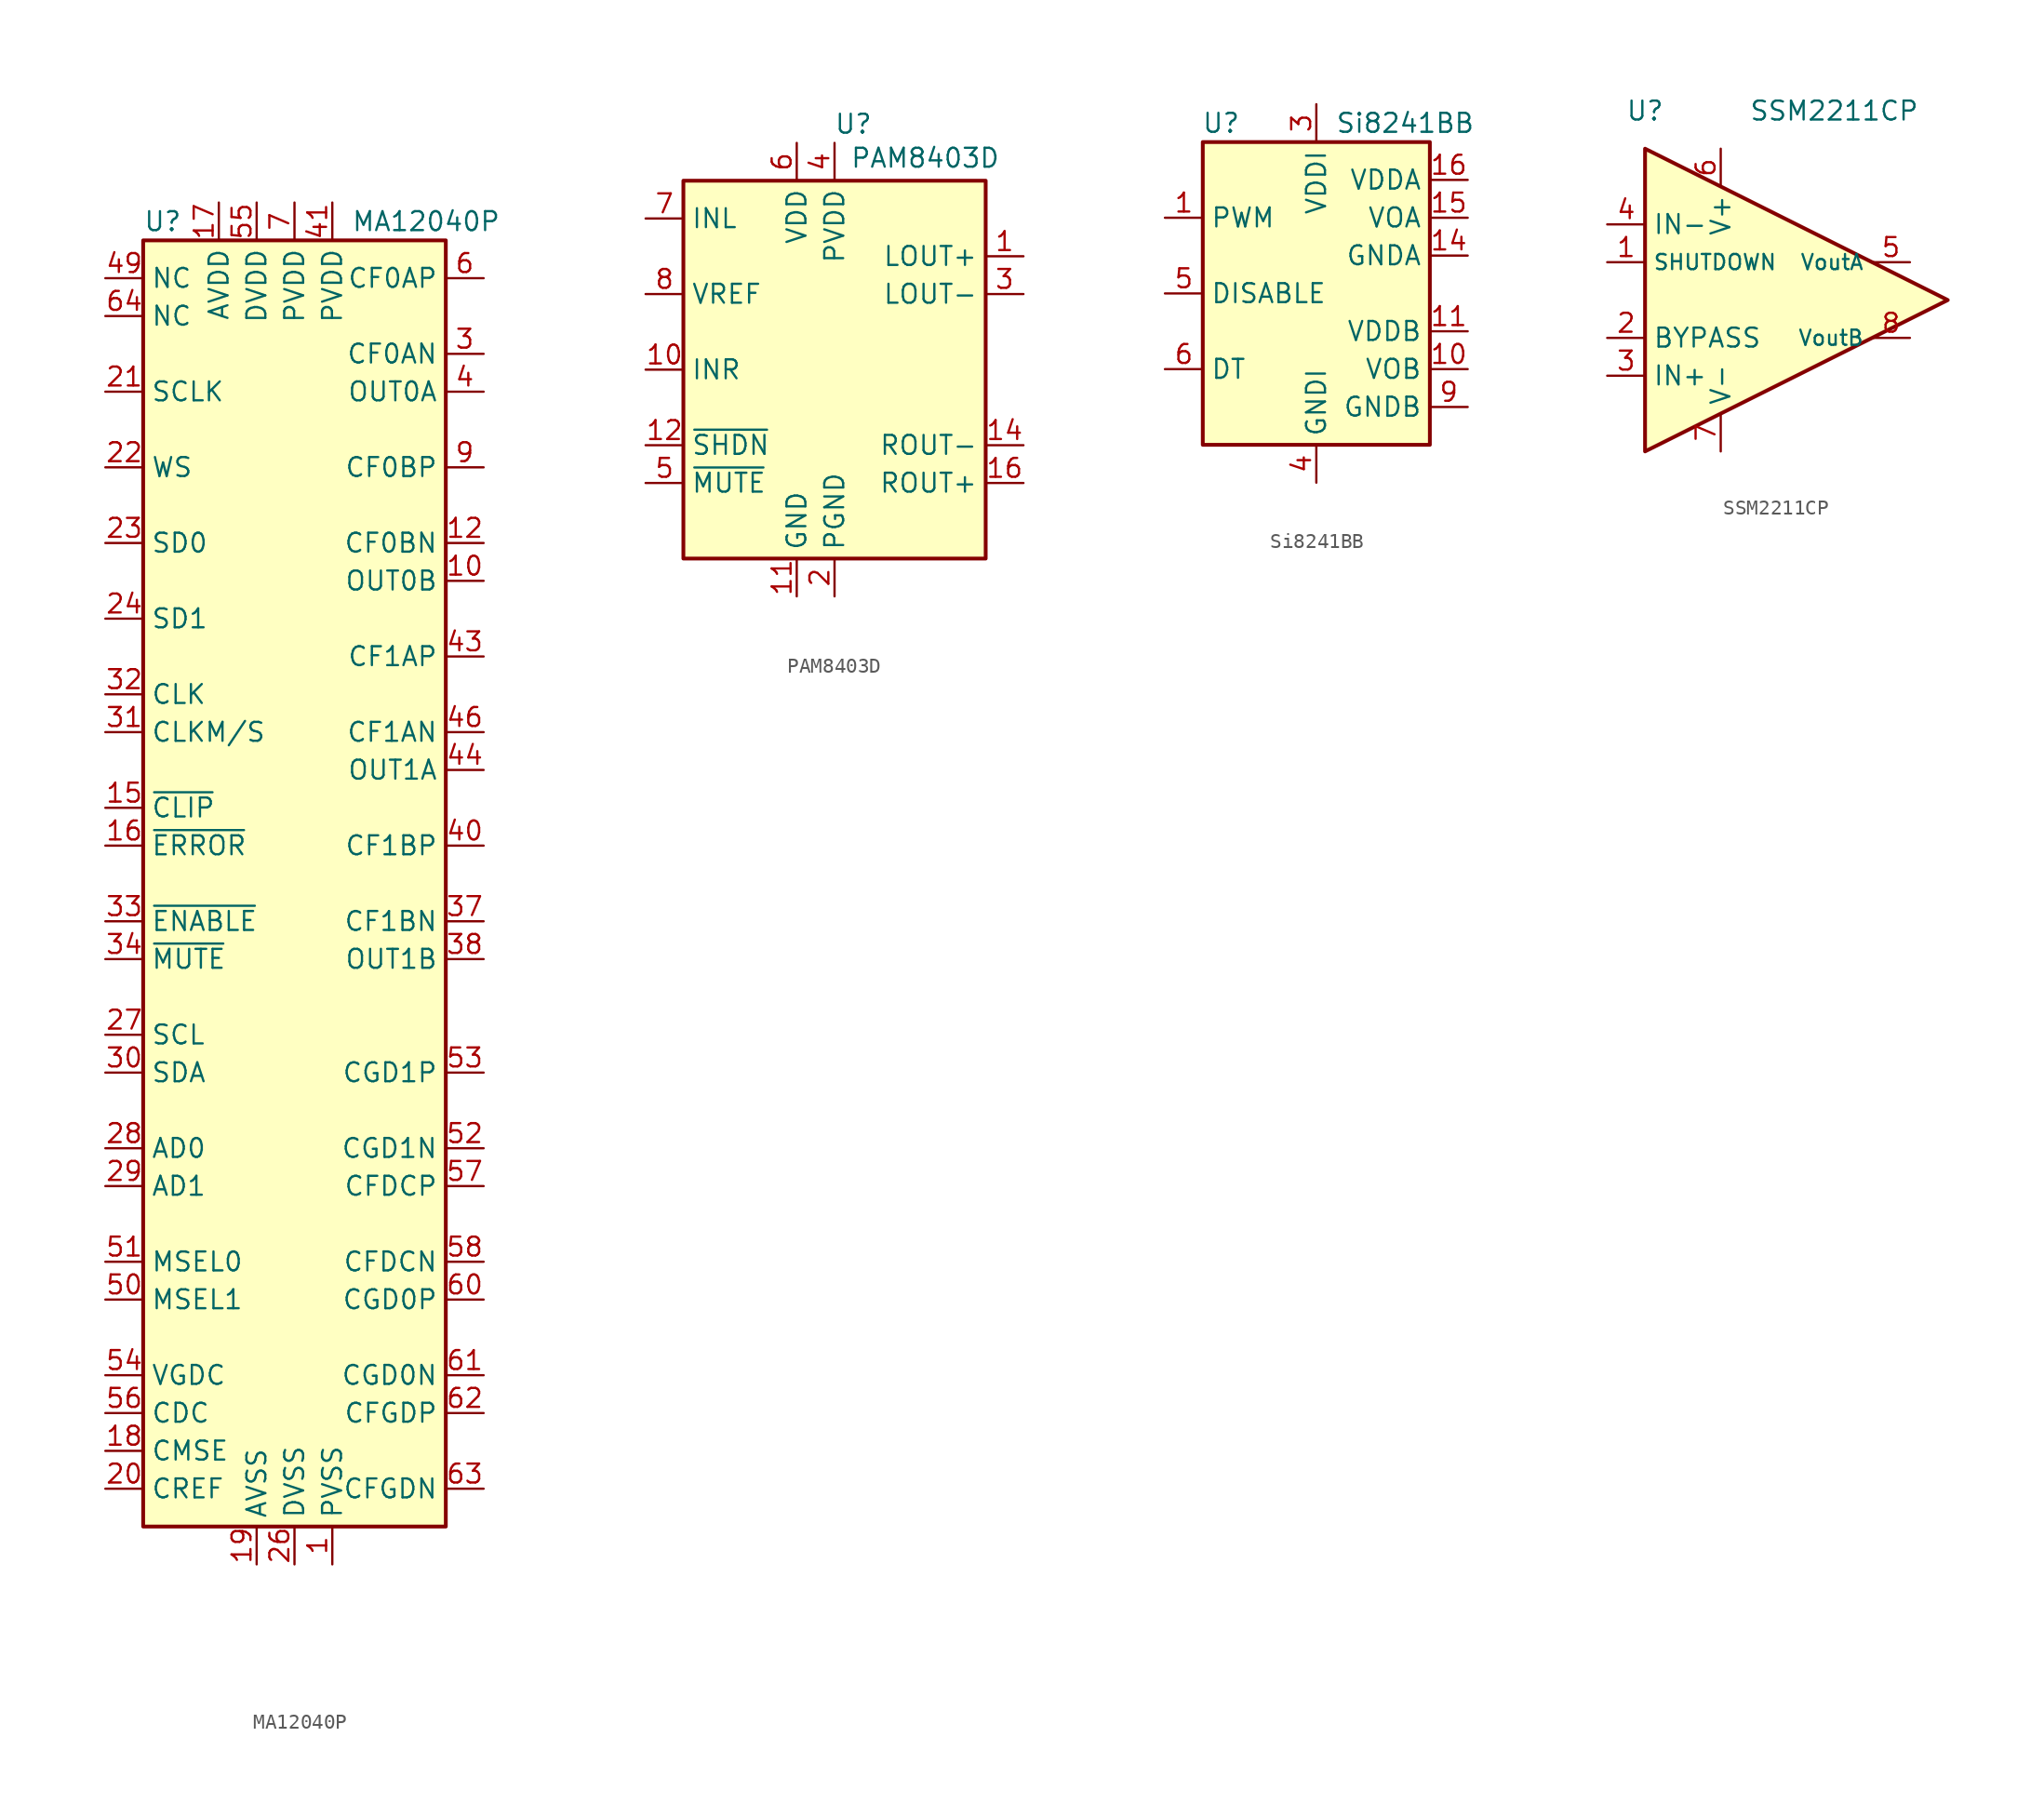
<source format=kicad_sym>
(kicad_symbol_lib
  (version 20201005)
  (generator kicad_symbol_editor)
  (symbol "MA12040P"
    (property "Reference" "U"
      (at -10.16 44.45 0)
      (effects (font (size 1.27 1.27)) (justify left)))
    (property "Value" "MA12040P"
      (at 3.81 44.45 0)
      (effects (font (size 1.27 1.27)) (justify left)))
    (symbol "MA12040P_0_1"
      (rectangle (start -10.16 -43.18) (end 10.16 43.18) (stroke (width 0.254)) (fill (type background))))
    (symbol "MA12040P_1_1"
      (pin power_in line (at 2.54 -45.72 90) (length 2.54) (name "PVSS" (effects (font (size 1.27 1.27)))) (number "1" (effects (font (size 1.27 1.27)))))
      (pin output line (at 12.7 20.32 180) (length 2.54) (name "OUT0B" (effects (font (size 1.27 1.27)))) (number "10" (effects (font (size 1.27 1.27)))))
      (pin passive line (at 12.7 20.32 180) (length 2.54) hide (name "OUT0B" (effects (font (size 1.27 1.27)))) (number "11" (effects (font (size 1.27 1.27)))))
      (pin passive line (at 12.7 22.86 180) (length 2.54) (name "CF0BN" (effects (font (size 1.27 1.27)))) (number "12" (effects (font (size 1.27 1.27)))))
      (pin passive line (at 2.54 -45.72 90) (length 2.54) hide (name "PVSS" (effects (font (size 1.27 1.27)))) (number "13" (effects (font (size 1.27 1.27)))))
      (pin passive line (at 2.54 -45.72 90) (length 2.54) hide (name "PVSS" (effects (font (size 1.27 1.27)))) (number "14" (effects (font (size 1.27 1.27)))))
      (pin output line (at -12.7 5.08 0) (length 2.54) (name "~CLIP" (effects (font (size 1.27 1.27)))) (number "15" (effects (font (size 1.27 1.27)))))
      (pin output line (at -12.7 2.54 0) (length 2.54) (name "~ERROR" (effects (font (size 1.27 1.27)))) (number "16" (effects (font (size 1.27 1.27)))))
      (pin power_in line (at -5.08 45.72 270) (length 2.54) (name "AVDD" (effects (font (size 1.27 1.27)))) (number "17" (effects (font (size 1.27 1.27)))))
      (pin passive line (at -12.7 -38.1 0) (length 2.54) (name "CMSE" (effects (font (size 1.27 1.27)))) (number "18" (effects (font (size 1.27 1.27)))))
      (pin power_in line (at -2.54 -45.72 90) (length 2.54) (name "AVSS" (effects (font (size 1.27 1.27)))) (number "19" (effects (font (size 1.27 1.27)))))
      (pin passive line (at 2.54 -45.72 90) (length 2.54) hide (name "PVSS" (effects (font (size 1.27 1.27)))) (number "2" (effects (font (size 1.27 1.27)))))
      (pin passive line (at -12.7 -40.64 0) (length 2.54) (name "CREF" (effects (font (size 1.27 1.27)))) (number "20" (effects (font (size 1.27 1.27)))))
      (pin input line (at -12.7 33.02 0) (length 2.54) (name "SCLK" (effects (font (size 1.27 1.27)))) (number "21" (effects (font (size 1.27 1.27)))))
      (pin input line (at -12.7 27.94 0) (length 2.54) (name "WS" (effects (font (size 1.27 1.27)))) (number "22" (effects (font (size 1.27 1.27)))))
      (pin input line (at -12.7 22.86 0) (length 2.54) (name "SD0" (effects (font (size 1.27 1.27)))) (number "23" (effects (font (size 1.27 1.27)))))
      (pin input line (at -12.7 17.78 0) (length 2.54) (name "SD1" (effects (font (size 1.27 1.27)))) (number "24" (effects (font (size 1.27 1.27)))))
      (pin passive line (at -2.54 -45.72 90) (length 2.54) hide (name "AVSS" (effects (font (size 1.27 1.27)))) (number "25" (effects (font (size 1.27 1.27)))))
      (pin power_in line (at 0 -45.72 90) (length 2.54) (name "DVSS" (effects (font (size 1.27 1.27)))) (number "26" (effects (font (size 1.27 1.27)))))
      (pin input line (at -12.7 -10.16 0) (length 2.54) (name "SCL" (effects (font (size 1.27 1.27)))) (number "27" (effects (font (size 1.27 1.27)))))
      (pin input line (at -12.7 -17.78 0) (length 2.54) (name "AD0" (effects (font (size 1.27 1.27)))) (number "28" (effects (font (size 1.27 1.27)))))
      (pin input line (at -12.7 -20.32 0) (length 2.54) (name "AD1" (effects (font (size 1.27 1.27)))) (number "29" (effects (font (size 1.27 1.27)))))
      (pin passive line (at 12.7 35.56 180) (length 2.54) (name "CF0AN" (effects (font (size 1.27 1.27)))) (number "3" (effects (font (size 1.27 1.27)))))
      (pin bidirectional line (at -12.7 -12.7 0) (length 2.54) (name "SDA" (effects (font (size 1.27 1.27)))) (number "30" (effects (font (size 1.27 1.27)))))
      (pin input line (at -12.7 10.16 0) (length 2.54) (name "CLKM/S" (effects (font (size 1.27 1.27)))) (number "31" (effects (font (size 1.27 1.27)))))
      (pin input line (at -12.7 12.7 0) (length 2.54) (name "CLK" (effects (font (size 1.27 1.27)))) (number "32" (effects (font (size 1.27 1.27)))))
      (pin input line (at -12.7 -2.54 0) (length 2.54) (name "~ENABLE" (effects (font (size 1.27 1.27)))) (number "33" (effects (font (size 1.27 1.27)))))
      (pin input line (at -12.7 -5.08 0) (length 2.54) (name "~MUTE" (effects (font (size 1.27 1.27)))) (number "34" (effects (font (size 1.27 1.27)))))
      (pin passive line (at 2.54 -45.72 90) (length 2.54) hide (name "PVSS" (effects (font (size 1.27 1.27)))) (number "35" (effects (font (size 1.27 1.27)))))
      (pin passive line (at 2.54 -45.72 90) (length 2.54) hide (name "PVSS" (effects (font (size 1.27 1.27)))) (number "36" (effects (font (size 1.27 1.27)))))
      (pin passive line (at 12.7 -2.54 180) (length 2.54) (name "CF1BN" (effects (font (size 1.27 1.27)))) (number "37" (effects (font (size 1.27 1.27)))))
      (pin output line (at 12.7 -5.08 180) (length 2.54) (name "OUT1B" (effects (font (size 1.27 1.27)))) (number "38" (effects (font (size 1.27 1.27)))))
      (pin passive line (at 12.7 -5.08 180) (length 2.54) hide (name "OUT1B" (effects (font (size 1.27 1.27)))) (number "39" (effects (font (size 1.27 1.27)))))
      (pin output line (at 12.7 33.02 180) (length 2.54) (name "OUT0A" (effects (font (size 1.27 1.27)))) (number "4" (effects (font (size 1.27 1.27)))))
      (pin passive line (at 12.7 2.54 180) (length 2.54) (name "CF1BP" (effects (font (size 1.27 1.27)))) (number "40" (effects (font (size 1.27 1.27)))))
      (pin power_in line (at 2.54 45.72 270) (length 2.54) (name "PVDD" (effects (font (size 1.27 1.27)))) (number "41" (effects (font (size 1.27 1.27)))))
      (pin passive line (at 2.54 45.72 270) (length 2.54) hide (name "PVDD" (effects (font (size 1.27 1.27)))) (number "42" (effects (font (size 1.27 1.27)))))
      (pin passive line (at 12.7 15.24 180) (length 2.54) (name "CF1AP" (effects (font (size 1.27 1.27)))) (number "43" (effects (font (size 1.27 1.27)))))
      (pin output line (at 12.7 7.62 180) (length 2.54) (name "OUT1A" (effects (font (size 1.27 1.27)))) (number "44" (effects (font (size 1.27 1.27)))))
      (pin passive line (at 12.7 7.62 180) (length 2.54) hide (name "OUT1A" (effects (font (size 1.27 1.27)))) (number "45" (effects (font (size 1.27 1.27)))))
      (pin passive line (at 12.7 10.16 180) (length 2.54) (name "CF1AN" (effects (font (size 1.27 1.27)))) (number "46" (effects (font (size 1.27 1.27)))))
      (pin passive line (at 2.54 -45.72 90) (length 2.54) hide (name "PVSS" (effects (font (size 1.27 1.27)))) (number "47" (effects (font (size 1.27 1.27)))))
      (pin passive line (at 2.54 -45.72 90) (length 2.54) hide (name "PVSS" (effects (font (size 1.27 1.27)))) (number "48" (effects (font (size 1.27 1.27)))))
      (pin passive line (at -12.7 40.64 0) (length 2.54) (name "NC" (effects (font (size 1.27 1.27)))) (number "49" (effects (font (size 1.27 1.27)))))
      (pin passive line (at 12.7 33.02 180) (length 2.54) hide (name "OUT0A" (effects (font (size 1.27 1.27)))) (number "5" (effects (font (size 1.27 1.27)))))
      (pin input line (at -12.7 -27.94 0) (length 2.54) (name "MSEL1" (effects (font (size 1.27 1.27)))) (number "50" (effects (font (size 1.27 1.27)))))
      (pin input line (at -12.7 -25.4 0) (length 2.54) (name "MSEL0" (effects (font (size 1.27 1.27)))) (number "51" (effects (font (size 1.27 1.27)))))
      (pin passive line (at 12.7 -17.78 180) (length 2.54) (name "CGD1N" (effects (font (size 1.27 1.27)))) (number "52" (effects (font (size 1.27 1.27)))))
      (pin passive line (at 12.7 -12.7 180) (length 2.54) (name "CGD1P" (effects (font (size 1.27 1.27)))) (number "53" (effects (font (size 1.27 1.27)))))
      (pin passive line (at -12.7 -33.02 0) (length 2.54) (name "VGDC" (effects (font (size 1.27 1.27)))) (number "54" (effects (font (size 1.27 1.27)))))
      (pin power_in line (at -2.54 45.72 270) (length 2.54) (name "DVDD" (effects (font (size 1.27 1.27)))) (number "55" (effects (font (size 1.27 1.27)))))
      (pin passive line (at -12.7 -35.56 0) (length 2.54) (name "CDC" (effects (font (size 1.27 1.27)))) (number "56" (effects (font (size 1.27 1.27)))))
      (pin passive line (at 12.7 -20.32 180) (length 2.54) (name "CFDCP" (effects (font (size 1.27 1.27)))) (number "57" (effects (font (size 1.27 1.27)))))
      (pin passive line (at 12.7 -25.4 180) (length 2.54) (name "CFDCN" (effects (font (size 1.27 1.27)))) (number "58" (effects (font (size 1.27 1.27)))))
      (pin passive line (at 0 -45.72 90) (length 2.54) hide (name "DVSS" (effects (font (size 1.27 1.27)))) (number "59" (effects (font (size 1.27 1.27)))))
      (pin passive line (at 12.7 40.64 180) (length 2.54) (name "CF0AP" (effects (font (size 1.27 1.27)))) (number "6" (effects (font (size 1.27 1.27)))))
      (pin passive line (at 12.7 -27.94 180) (length 2.54) (name "CGD0P" (effects (font (size 1.27 1.27)))) (number "60" (effects (font (size 1.27 1.27)))))
      (pin passive line (at 12.7 -33.02 180) (length 2.54) (name "CGD0N" (effects (font (size 1.27 1.27)))) (number "61" (effects (font (size 1.27 1.27)))))
      (pin passive line (at 12.7 -35.56 180) (length 2.54) (name "CFGDP" (effects (font (size 1.27 1.27)))) (number "62" (effects (font (size 1.27 1.27)))))
      (pin passive line (at 12.7 -40.64 180) (length 2.54) (name "CFGDN" (effects (font (size 1.27 1.27)))) (number "63" (effects (font (size 1.27 1.27)))))
      (pin passive line (at -12.7 38.1 0) (length 2.54) (name "NC" (effects (font (size 1.27 1.27)))) (number "64" (effects (font (size 1.27 1.27)))))
      (pin power_in line (at 0 45.72 270) (length 2.54) (name "PVDD" (effects (font (size 1.27 1.27)))) (number "7" (effects (font (size 1.27 1.27)))))
      (pin passive line (at 0 45.72 270) (length 2.54) hide (name "PVDD" (effects (font (size 1.27 1.27)))) (number "8" (effects (font (size 1.27 1.27)))))
      (pin passive line (at 12.7 27.94 180) (length 2.54) (name "CF0BP" (effects (font (size 1.27 1.27)))) (number "9" (effects (font (size 1.27 1.27)))))))
  (symbol "PAM8403D"
    (property "Reference" "U"
      (at 1.27 16.51 0)
      (effects (font (size 1.27 1.27))))
    (property "Value" "PAM8403D"
      (at 6.096 14.224 0)
      (effects (font (size 1.27 1.27))))
    (symbol "PAM8403D_0_1"
      (rectangle (start -10.16 12.7) (end 10.16 -12.7) (stroke (width 0.254)) (fill (type background))))
    (symbol "PAM8403D_1_1"
      (pin output line (at 12.7 7.62 180) (length 2.54) (name "LOUT+" (effects (font (size 1.27 1.27)))) (number "1" (effects (font (size 1.27 1.27)))))
      (pin input line (at -12.7 0 0) (length 2.54) (name "INR" (effects (font (size 1.27 1.27)))) (number "10" (effects (font (size 1.27 1.27)))))
      (pin power_in line (at -2.54 -15.24 90) (length 2.54) (name "GND" (effects (font (size 1.27 1.27)))) (number "11" (effects (font (size 1.27 1.27)))))
      (pin input line (at -12.7 -5.08 0) (length 2.54) (name "~SHDN" (effects (font (size 1.27 1.27)))) (number "12" (effects (font (size 1.27 1.27)))))
      (pin passive line (at 0 15.24 270) (length 2.54) hide (name "PVDD" (effects (font (size 1.27 1.27)))) (number "13" (effects (font (size 1.27 1.27)))))
      (pin output line (at 12.7 -5.08 180) (length 2.54) (name "ROUT-" (effects (font (size 1.27 1.27)))) (number "14" (effects (font (size 1.27 1.27)))))
      (pin passive line (at 0 -15.24 90) (length 2.54) hide (name "PGND" (effects (font (size 1.27 1.27)))) (number "15" (effects (font (size 1.27 1.27)))))
      (pin output line (at 12.7 -7.62 180) (length 2.54) (name "ROUT+" (effects (font (size 1.27 1.27)))) (number "16" (effects (font (size 1.27 1.27)))))
      (pin power_in line (at 0 -15.24 90) (length 2.54) (name "PGND" (effects (font (size 1.27 1.27)))) (number "2" (effects (font (size 1.27 1.27)))))
      (pin output line (at 12.7 5.08 180) (length 2.54) (name "LOUT-" (effects (font (size 1.27 1.27)))) (number "3" (effects (font (size 1.27 1.27)))))
      (pin power_in line (at 0 15.24 270) (length 2.54) (name "PVDD" (effects (font (size 1.27 1.27)))) (number "4" (effects (font (size 1.27 1.27)))))
      (pin input line (at -12.7 -7.62 0) (length 2.54) (name "~MUTE" (effects (font (size 1.27 1.27)))) (number "5" (effects (font (size 1.27 1.27)))))
      (pin power_in line (at -2.54 15.24 270) (length 2.54) (name "VDD" (effects (font (size 1.27 1.27)))) (number "6" (effects (font (size 1.27 1.27)))))
      (pin input line (at -12.7 10.16 0) (length 2.54) (name "INL" (effects (font (size 1.27 1.27)))) (number "7" (effects (font (size 1.27 1.27)))))
      (pin input line (at -12.7 5.08 0) (length 2.54) (name "VREF" (effects (font (size 1.27 1.27)))) (number "8" (effects (font (size 1.27 1.27)))))
      (pin no_connect line (at 10.16 -10.16 180) (length 2.54) hide (name "NC" (effects (font (size 1.27 1.27)))) (number "9" (effects (font (size 1.27 1.27)))))))
  (symbol "Si8241BB"
    (property "Reference" "U"
      (at -5.08 11.43 0)
      (effects (font (size 1.27 1.27)) (justify right)))
    (property "Value" "Si8241BB"
      (at 1.27 11.43 0)
      (effects (font (size 1.27 1.27)) (justify left)))
    (symbol "Si8241BB_0_1"
      (rectangle (start -7.62 10.16) (end 7.62 -10.16) (stroke (width 0.254)) (fill (type background))))
    (symbol "Si8241BB_1_1"
      (pin input line (at -10.16 5.08 0) (length 2.54) (name "PWM" (effects (font (size 1.27 1.27)))) (number "1" (effects (font (size 1.27 1.27)))))
      (pin output line (at 10.16 -5.08 180) (length 2.54) (name "VOB" (effects (font (size 1.27 1.27)))) (number "10" (effects (font (size 1.27 1.27)))))
      (pin power_in line (at 10.16 -2.54 180) (length 2.54) (name "VDDB" (effects (font (size 1.27 1.27)))) (number "11" (effects (font (size 1.27 1.27)))))
      (pin no_connect line (at -7.62 -2.54 0) (length 2.54) hide (name "NC" (effects (font (size 1.27 1.27)))) (number "12" (effects (font (size 1.27 1.27)))))
      (pin no_connect line (at -7.62 -7.62 0) (length 2.54) hide (name "NC" (effects (font (size 1.27 1.27)))) (number "13" (effects (font (size 1.27 1.27)))))
      (pin power_in line (at 10.16 2.54 180) (length 2.54) (name "GNDA" (effects (font (size 1.27 1.27)))) (number "14" (effects (font (size 1.27 1.27)))))
      (pin output line (at 10.16 5.08 180) (length 2.54) (name "VOA" (effects (font (size 1.27 1.27)))) (number "15" (effects (font (size 1.27 1.27)))))
      (pin power_in line (at 10.16 7.62 180) (length 2.54) (name "VDDA" (effects (font (size 1.27 1.27)))) (number "16" (effects (font (size 1.27 1.27)))))
      (pin no_connect line (at -7.62 7.62 0) (length 2.54) hide (name "NC" (effects (font (size 1.27 1.27)))) (number "2" (effects (font (size 1.27 1.27)))))
      (pin power_in line (at 0 12.7 270) (length 2.54) (name "VDDI" (effects (font (size 1.27 1.27)))) (number "3" (effects (font (size 1.27 1.27)))))
      (pin power_in line (at 0 -12.7 90) (length 2.54) (name "GNDI" (effects (font (size 1.27 1.27)))) (number "4" (effects (font (size 1.27 1.27)))))
      (pin input line (at -10.16 0 0) (length 2.54) (name "DISABLE" (effects (font (size 1.27 1.27)))) (number "5" (effects (font (size 1.27 1.27)))))
      (pin passive line (at -10.16 -5.08 0) (length 2.54) (name "DT" (effects (font (size 1.27 1.27)))) (number "6" (effects (font (size 1.27 1.27)))))
      (pin no_connect line (at -7.62 2.54 0) (length 2.54) hide (name "NC" (effects (font (size 1.27 1.27)))) (number "7" (effects (font (size 1.27 1.27)))))
      (pin passive line (at 0 12.7 270) (length 2.54) hide (name "VDDI" (effects (font (size 1.27 1.27)))) (number "8" (effects (font (size 1.27 1.27)))))
      (pin power_in line (at 10.16 -7.62 180) (length 2.54) (name "GNDB" (effects (font (size 1.27 1.27)))) (number "9" (effects (font (size 1.27 1.27)))))))
  (symbol "SSM2211CP"
    (property "Reference" "U"
      (at -7.62 12.7 0)
      (effects (font (size 1.27 1.27))))
    (property "Value" "SSM2211CP"
      (at 5.08 12.7 0)
      (effects (font (size 1.27 1.27))))
    (symbol "SSM2211CP_0_1"
      (polyline (pts (xy -7.62 10.16) (xy -7.62 -10.16) (xy 12.7 0) (xy -7.62 10.16)) (stroke (width 0.254)) (fill (type background))))
    (symbol "SSM2211CP_1_1"
      (pin input line (at -10.16 2.54 0) (length 2.54) (name "SHUTDOWN" (effects (font (size 1.016 1.016)))) (number "1" (effects (font (size 1.27 1.27)))))
      (pin passive line (at -10.16 -2.54 0) (length 2.54) (name "BYPASS" (effects (font (size 1.27 1.27)))) (number "2" (effects (font (size 1.27 1.27)))))
      (pin input line (at -10.16 -5.08 0) (length 2.54) (name "IN+" (effects (font (size 1.27 1.27)))) (number "3" (effects (font (size 1.27 1.27)))))
      (pin input line (at -10.16 5.08 0) (length 2.54) (name "IN-" (effects (font (size 1.27 1.27)))) (number "4" (effects (font (size 1.27 1.27)))))
      (pin output line (at 10.16 2.54 180) (length 2.54) (name "VoutA" (effects (font (size 1.016 1.016)))) (number "5" (effects (font (size 1.27 1.27)))))
      (pin power_in line (at -2.54 10.16 270) (length 2.54) (name "V+" (effects (font (size 1.27 1.27)))) (number "6" (effects (font (size 1.27 1.27)))))
      (pin power_in line (at -2.54 -10.16 90) (length 2.54) (name "V-" (effects (font (size 1.27 1.27)))) (number "7" (effects (font (size 1.27 1.27)))))
      (pin output line (at 10.16 -2.54 180) (length 2.54) (name "VoutB" (effects (font (size 1.016 1.016)))) (number "8" (effects (font (size 1.27 1.27)))))
      (pin passive line (at -2.54 -10.16 90) (length 2.54) hide (name "V-" (effects (font (size 1.27 1.27)))) (number "9" (effects (font (size 1.27 1.27))))))))
</source>
